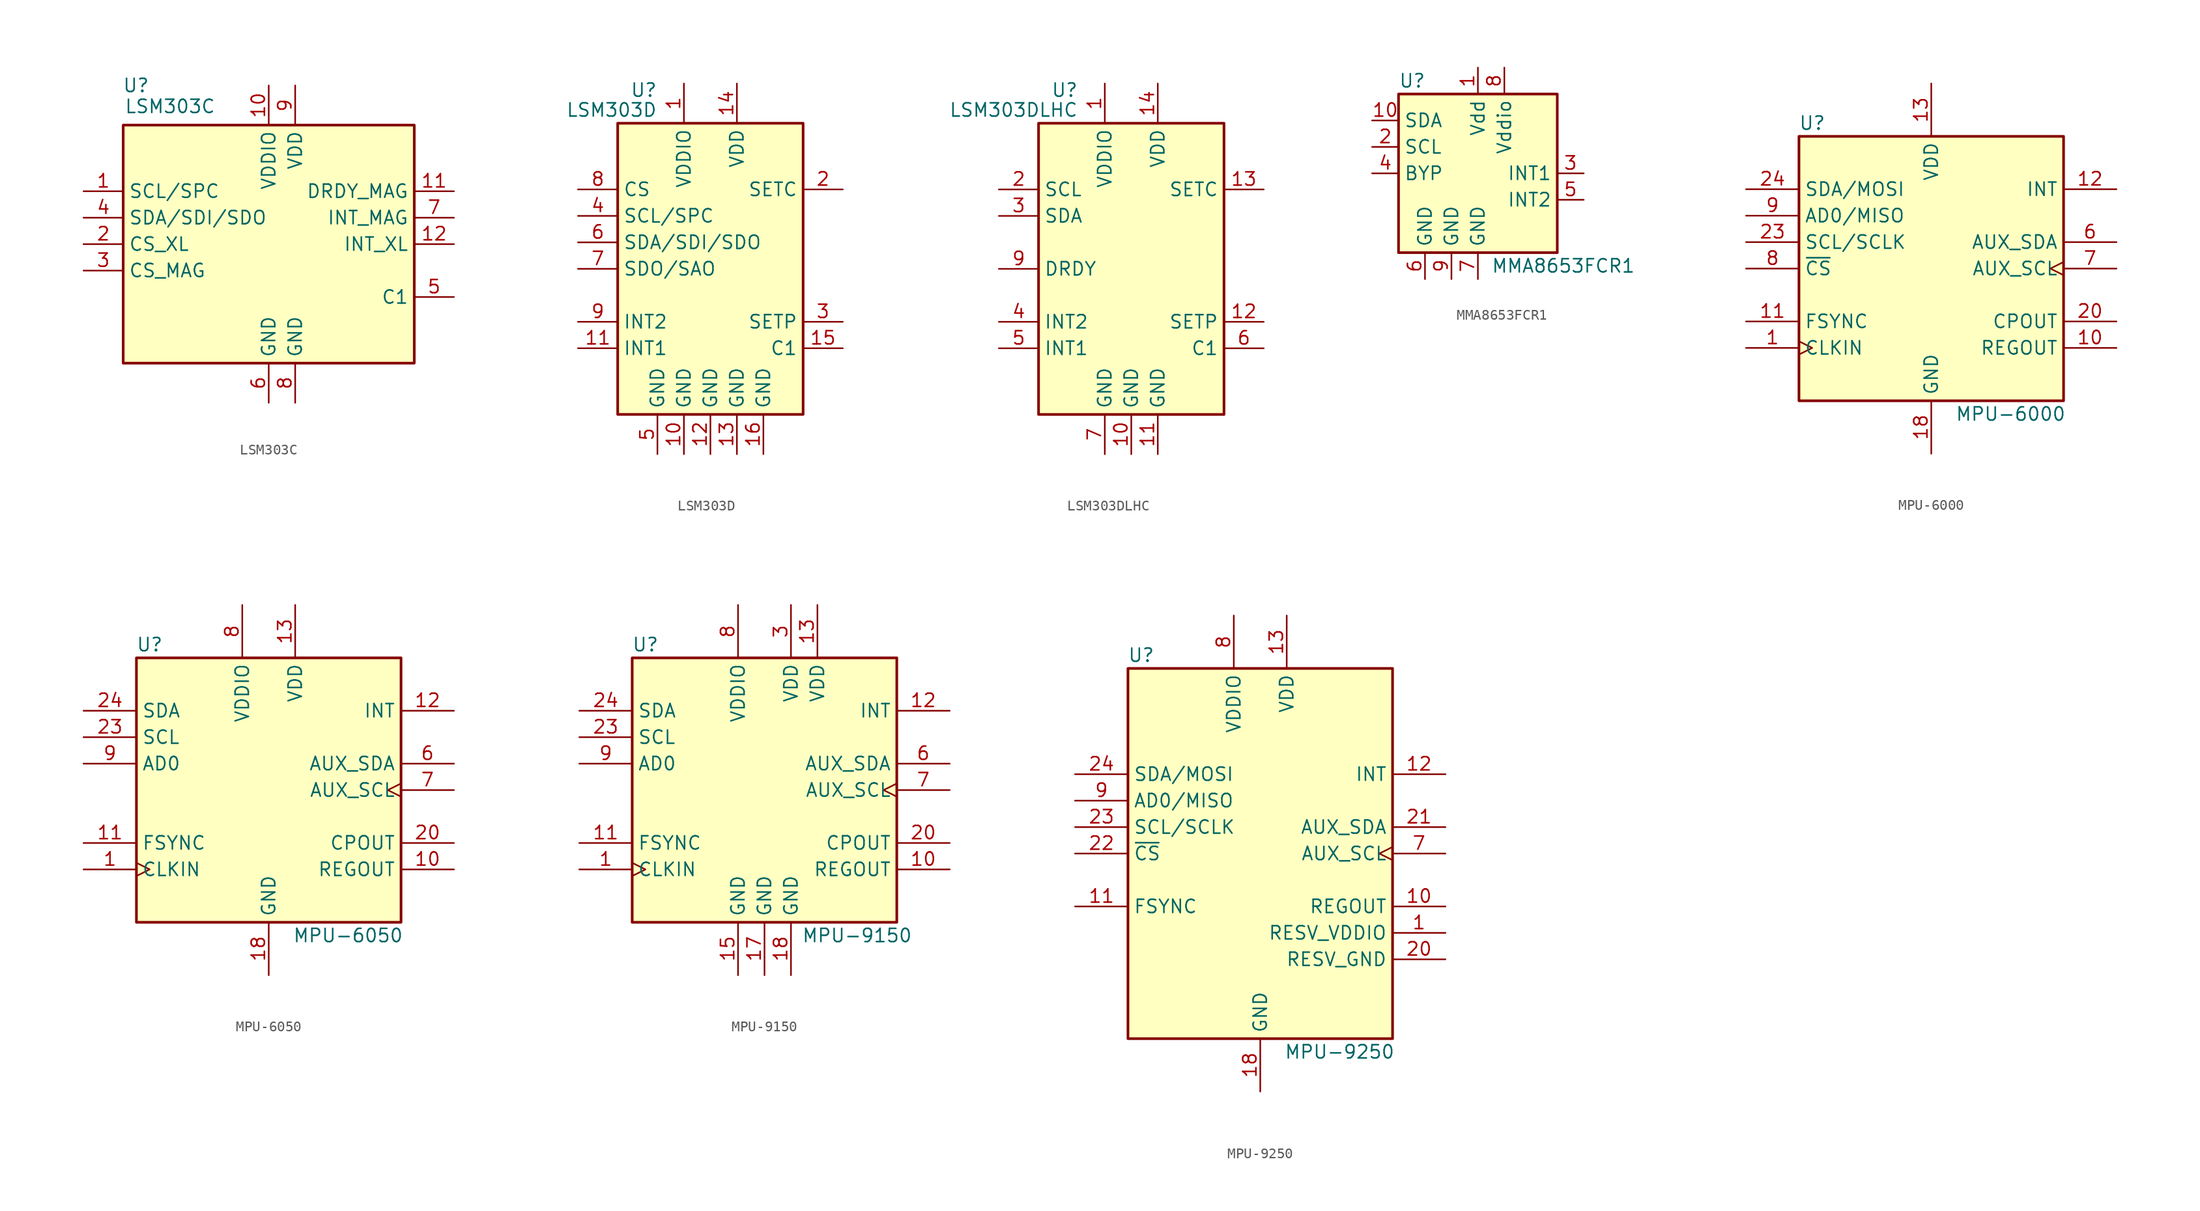
<source format=kicad_sym>
(kicad_symbol_lib
  (version 20201005)
  (generator kicad_symbol_editor)
  (symbol "Sensor_Motion:LSM303C"
    (property "Reference" "U"
      (at -11.43 15.24 0)
      (effects (font (size 1.27 1.27)) (justify right)))
    (property "Value" "LSM303C"
      (at -5.08 13.97 0)
      (effects (font (size 1.27 1.27)) (justify right top)))
    (symbol "LSM303C_0_1"
      (rectangle (start 13.97 11.43) (end -13.97 -11.43) (stroke (width 0.254)) (fill (type background))))
    (symbol "LSM303C_1_1"
      (pin output line (at -17.78 5.08 0) (length 3.81) (name "SCL/SPC" (effects (font (size 1.27 1.27)))) (number "1" (effects (font (size 1.27 1.27)))))
      (pin power_in line (at 0 15.24 270) (length 3.81) (name "VDDIO" (effects (font (size 1.27 1.27)))) (number "10" (effects (font (size 1.27 1.27)))))
      (pin output line (at 17.78 5.08 180) (length 3.81) (name "DRDY_MAG" (effects (font (size 1.27 1.27)))) (number "11" (effects (font (size 1.27 1.27)))))
      (pin output line (at 17.78 0 180) (length 3.81) (name "INT_XL" (effects (font (size 1.27 1.27)))) (number "12" (effects (font (size 1.27 1.27)))))
      (pin input line (at -17.78 0 0) (length 3.81) (name "CS_XL" (effects (font (size 1.27 1.27)))) (number "2" (effects (font (size 1.27 1.27)))))
      (pin input line (at -17.78 -2.54 0) (length 3.81) (name "CS_MAG" (effects (font (size 1.27 1.27)))) (number "3" (effects (font (size 1.27 1.27)))))
      (pin bidirectional line (at -17.78 2.54 0) (length 3.81) (name "SDA/SDI/SDO" (effects (font (size 1.27 1.27)))) (number "4" (effects (font (size 1.27 1.27)))))
      (pin passive line (at 17.78 -5.08 180) (length 3.81) (name "C1" (effects (font (size 1.27 1.27)))) (number "5" (effects (font (size 1.27 1.27)))))
      (pin power_in line (at 0 -15.24 90) (length 3.81) (name "GND" (effects (font (size 1.27 1.27)))) (number "6" (effects (font (size 1.27 1.27)))))
      (pin output line (at 17.78 2.54 180) (length 3.81) (name "INT_MAG" (effects (font (size 1.27 1.27)))) (number "7" (effects (font (size 1.27 1.27)))))
      (pin power_in line (at 2.54 -15.24 90) (length 3.81) (name "GND" (effects (font (size 1.27 1.27)))) (number "8" (effects (font (size 1.27 1.27)))))
      (pin power_in line (at 2.54 15.24 270) (length 3.81) (name "VDD" (effects (font (size 1.27 1.27)))) (number "9" (effects (font (size 1.27 1.27)))))))
  (symbol "Sensor_Motion:LSM303D"
    (property "Reference" "U"
      (at -5.08 17.145 0)
      (effects (font (size 1.27 1.27)) (justify right)))
    (property "Value" "LSM303D"
      (at -5.08 15.24 0)
      (effects (font (size 1.27 1.27)) (justify right)))
    (symbol "LSM303D_0_1"
      (rectangle (start 8.89 13.97) (end -8.89 -13.97) (stroke (width 0.254)) (fill (type background))))
    (symbol "LSM303D_1_1"
      (pin power_in line (at -2.54 17.78 270) (length 3.81) (name "VDDIO" (effects (font (size 1.27 1.27)))) (number "1" (effects (font (size 1.27 1.27)))))
      (pin power_in line (at -2.54 -17.78 90) (length 3.81) (name "GND" (effects (font (size 1.27 1.27)))) (number "10" (effects (font (size 1.27 1.27)))))
      (pin output line (at -12.7 -7.62 0) (length 3.81) (name "INT1" (effects (font (size 1.27 1.27)))) (number "11" (effects (font (size 1.27 1.27)))))
      (pin power_in line (at 0 -17.78 90) (length 3.81) (name "GND" (effects (font (size 1.27 1.27)))) (number "12" (effects (font (size 1.27 1.27)))))
      (pin power_in line (at 2.54 -17.78 90) (length 3.81) (name "GND" (effects (font (size 1.27 1.27)))) (number "13" (effects (font (size 1.27 1.27)))))
      (pin power_in line (at 2.54 17.78 270) (length 3.81) (name "VDD" (effects (font (size 1.27 1.27)))) (number "14" (effects (font (size 1.27 1.27)))))
      (pin passive line (at 12.7 -7.62 180) (length 3.81) (name "C1" (effects (font (size 1.27 1.27)))) (number "15" (effects (font (size 1.27 1.27)))))
      (pin power_in line (at 5.08 -17.78 90) (length 3.81) (name "GND" (effects (font (size 1.27 1.27)))) (number "16" (effects (font (size 1.27 1.27)))))
      (pin passive line (at 12.7 7.62 180) (length 3.81) (name "SETC" (effects (font (size 1.27 1.27)))) (number "2" (effects (font (size 1.27 1.27)))))
      (pin passive line (at 12.7 -5.08 180) (length 3.81) (name "SETP" (effects (font (size 1.27 1.27)))) (number "3" (effects (font (size 1.27 1.27)))))
      (pin input line (at -12.7 5.08 0) (length 3.81) (name "SCL/SPC" (effects (font (size 1.27 1.27)))) (number "4" (effects (font (size 1.27 1.27)))))
      (pin power_in line (at -5.08 -17.78 90) (length 3.81) (name "GND" (effects (font (size 1.27 1.27)))) (number "5" (effects (font (size 1.27 1.27)))))
      (pin bidirectional line (at -12.7 2.54 0) (length 3.81) (name "SDA/SDI/SDO" (effects (font (size 1.27 1.27)))) (number "6" (effects (font (size 1.27 1.27)))))
      (pin output line (at -12.7 0 0) (length 3.81) (name "SDO/SAO" (effects (font (size 1.27 1.27)))) (number "7" (effects (font (size 1.27 1.27)))))
      (pin input line (at -12.7 7.62 0) (length 3.81) (name "CS" (effects (font (size 1.27 1.27)))) (number "8" (effects (font (size 1.27 1.27)))))
      (pin output line (at -12.7 -5.08 0) (length 3.81) (name "INT2" (effects (font (size 1.27 1.27)))) (number "9" (effects (font (size 1.27 1.27)))))))
  (symbol "Sensor_Motion:LSM303DLHC"
    (property "Reference" "U"
      (at -5.08 17.145 0)
      (effects (font (size 1.27 1.27)) (justify right)))
    (property "Value" "LSM303DLHC"
      (at -5.08 15.24 0)
      (effects (font (size 1.27 1.27)) (justify right)))
    (symbol "LSM303DLHC_0_1"
      (rectangle (start 8.89 13.97) (end -8.89 -13.97) (stroke (width 0.254)) (fill (type background))))
    (symbol "LSM303DLHC_1_1"
      (pin power_in line (at -2.54 17.78 270) (length 3.81) (name "VDDIO" (effects (font (size 1.27 1.27)))) (number "1" (effects (font (size 1.27 1.27)))))
      (pin power_in line (at 0 -17.78 90) (length 3.81) (name "GND" (effects (font (size 1.27 1.27)))) (number "10" (effects (font (size 1.27 1.27)))))
      (pin power_in line (at 2.54 -17.78 90) (length 3.81) (name "GND" (effects (font (size 1.27 1.27)))) (number "11" (effects (font (size 1.27 1.27)))))
      (pin passive line (at 12.7 -5.08 180) (length 3.81) (name "SETP" (effects (font (size 1.27 1.27)))) (number "12" (effects (font (size 1.27 1.27)))))
      (pin passive line (at 12.7 7.62 180) (length 3.81) (name "SETC" (effects (font (size 1.27 1.27)))) (number "13" (effects (font (size 1.27 1.27)))))
      (pin power_in line (at 2.54 17.78 270) (length 3.81) (name "VDD" (effects (font (size 1.27 1.27)))) (number "14" (effects (font (size 1.27 1.27)))))
      (pin input line (at -12.7 7.62 0) (length 3.81) (name "SCL" (effects (font (size 1.27 1.27)))) (number "2" (effects (font (size 1.27 1.27)))))
      (pin bidirectional line (at -12.7 5.08 0) (length 3.81) (name "SDA" (effects (font (size 1.27 1.27)))) (number "3" (effects (font (size 1.27 1.27)))))
      (pin output line (at -12.7 -5.08 0) (length 3.81) (name "INT2" (effects (font (size 1.27 1.27)))) (number "4" (effects (font (size 1.27 1.27)))))
      (pin output line (at -12.7 -7.62 0) (length 3.81) (name "INT1" (effects (font (size 1.27 1.27)))) (number "5" (effects (font (size 1.27 1.27)))))
      (pin passive line (at 12.7 -7.62 180) (length 3.81) (name "C1" (effects (font (size 1.27 1.27)))) (number "6" (effects (font (size 1.27 1.27)))))
      (pin power_in line (at -2.54 -17.78 90) (length 3.81) (name "GND" (effects (font (size 1.27 1.27)))) (number "7" (effects (font (size 1.27 1.27)))))
      (pin no_connect line (at 7.62 -2.54 180) (length 3.81) hide (name "NC" (effects (font (size 1.27 1.27)))) (number "8" (effects (font (size 1.27 1.27)))))
      (pin output line (at -12.7 0 0) (length 3.81) (name "DRDY" (effects (font (size 1.27 1.27)))) (number "9" (effects (font (size 1.27 1.27)))))))
  (symbol "Sensor_Motion:MMA8653FCR1"
    (property "Reference" "U"
      (at -7.62 8.89 0)
      (effects (font (size 1.27 1.27)) (justify left)))
    (property "Value" "MMA8653FCR1"
      (at 1.27 -8.89 0)
      (effects (font (size 1.27 1.27)) (justify left)))
    (symbol "MMA8653FCR1_0_1"
      (rectangle (start -7.62 7.62) (end 7.62 -7.62) (stroke (width 0.254)) (fill (type background))))
    (symbol "MMA8653FCR1_1_1"
      (pin power_in line (at 0 10.16 270) (length 2.54) (name "Vdd" (effects (font (size 1.27 1.27)))) (number "1" (effects (font (size 1.27 1.27)))))
      (pin input line (at -10.16 5.08 0) (length 2.54) (name "SDA" (effects (font (size 1.27 1.27)))) (number "10" (effects (font (size 1.27 1.27)))))
      (pin input line (at -10.16 2.54 0) (length 2.54) (name "SCL" (effects (font (size 1.27 1.27)))) (number "2" (effects (font (size 1.27 1.27)))))
      (pin output line (at 10.16 0 180) (length 2.54) (name "INT1" (effects (font (size 1.27 1.27)))) (number "3" (effects (font (size 1.27 1.27)))))
      (pin input line (at -10.16 0 0) (length 2.54) (name "BYP" (effects (font (size 1.27 1.27)))) (number "4" (effects (font (size 1.27 1.27)))))
      (pin output line (at 10.16 -2.54 180) (length 2.54) (name "INT2" (effects (font (size 1.27 1.27)))) (number "5" (effects (font (size 1.27 1.27)))))
      (pin power_in line (at -5.08 -10.16 90) (length 2.54) (name "GND" (effects (font (size 1.27 1.27)))) (number "6" (effects (font (size 1.27 1.27)))))
      (pin power_in line (at 0 -10.16 90) (length 2.54) (name "GND" (effects (font (size 1.27 1.27)))) (number "7" (effects (font (size 1.27 1.27)))))
      (pin power_in line (at 2.54 10.16 270) (length 2.54) (name "Vddio" (effects (font (size 1.27 1.27)))) (number "8" (effects (font (size 1.27 1.27)))))
      (pin power_in line (at -2.54 -10.16 90) (length 2.54) (name "GND" (effects (font (size 1.27 1.27)))) (number "9" (effects (font (size 1.27 1.27)))))))
  (symbol "Sensor_Motion:MPU-6000"
    (property "Reference" "U"
      (at -11.43 13.97 0)
      (effects (font (size 1.27 1.27))))
    (property "Value" "MPU-6000"
      (at 7.62 -13.97 0)
      (effects (font (size 1.27 1.27))))
    (symbol "MPU-6000_0_1"
      (rectangle (start -12.7 12.7) (end 12.7 -12.7) (stroke (width 0.254)) (fill (type background))))
    (symbol "MPU-6000_1_1"
      (pin input clock (at -17.78 -7.62 0) (length 5.08) (name "CLKIN" (effects (font (size 1.27 1.27)))) (number "1" (effects (font (size 1.27 1.27)))))
      (pin passive line (at 17.78 -7.62 180) (length 5.08) (name "REGOUT" (effects (font (size 1.27 1.27)))) (number "10" (effects (font (size 1.27 1.27)))))
      (pin input line (at -17.78 -5.08 0) (length 5.08) (name "FSYNC" (effects (font (size 1.27 1.27)))) (number "11" (effects (font (size 1.27 1.27)))))
      (pin output line (at 17.78 7.62 180) (length 5.08) (name "INT" (effects (font (size 1.27 1.27)))) (number "12" (effects (font (size 1.27 1.27)))))
      (pin power_in line (at 0 17.78 270) (length 5.08) (name "VDD" (effects (font (size 1.27 1.27)))) (number "13" (effects (font (size 1.27 1.27)))))
      (pin power_in line (at 0 -17.78 90) (length 5.08) (name "GND" (effects (font (size 1.27 1.27)))) (number "18" (effects (font (size 1.27 1.27)))))
      (pin passive line (at 17.78 -5.08 180) (length 5.08) (name "CPOUT" (effects (font (size 1.27 1.27)))) (number "20" (effects (font (size 1.27 1.27)))))
      (pin input line (at -17.78 2.54 0) (length 5.08) (name "SCL/SCLK" (effects (font (size 1.27 1.27)))) (number "23" (effects (font (size 1.27 1.27)))))
      (pin bidirectional line (at -17.78 7.62 0) (length 5.08) (name "SDA/MOSI" (effects (font (size 1.27 1.27)))) (number "24" (effects (font (size 1.27 1.27)))))
      (pin bidirectional line (at 17.78 2.54 180) (length 5.08) (name "AUX_SDA" (effects (font (size 1.27 1.27)))) (number "6" (effects (font (size 1.27 1.27)))))
      (pin output clock (at 17.78 0 180) (length 5.08) (name "AUX_SCL" (effects (font (size 1.27 1.27)))) (number "7" (effects (font (size 1.27 1.27)))))
      (pin input line (at -17.78 0 0) (length 5.08) (name "~CS" (effects (font (size 1.27 1.27)))) (number "8" (effects (font (size 1.27 1.27)))))
      (pin bidirectional line (at -17.78 5.08 0) (length 5.08) (name "AD0/MISO" (effects (font (size 1.27 1.27)))) (number "9" (effects (font (size 1.27 1.27)))))))
  (symbol "Sensor_Motion:MPU-6050"
    (property "Reference" "U"
      (at -11.43 13.97 0)
      (effects (font (size 1.27 1.27))))
    (property "Value" "MPU-6050"
      (at 7.62 -13.97 0)
      (effects (font (size 1.27 1.27))))
    (symbol "MPU-6050_0_1"
      (rectangle (start -12.7 12.7) (end 12.7 -12.7) (stroke (width 0.254)) (fill (type background))))
    (symbol "MPU-6050_1_1"
      (pin input clock (at -17.78 -7.62 0) (length 5.08) (name "CLKIN" (effects (font (size 1.27 1.27)))) (number "1" (effects (font (size 1.27 1.27)))))
      (pin passive line (at 17.78 -7.62 180) (length 5.08) (name "REGOUT" (effects (font (size 1.27 1.27)))) (number "10" (effects (font (size 1.27 1.27)))))
      (pin input line (at -17.78 -5.08 0) (length 5.08) (name "FSYNC" (effects (font (size 1.27 1.27)))) (number "11" (effects (font (size 1.27 1.27)))))
      (pin output line (at 17.78 7.62 180) (length 5.08) (name "INT" (effects (font (size 1.27 1.27)))) (number "12" (effects (font (size 1.27 1.27)))))
      (pin power_in line (at 2.54 17.78 270) (length 5.08) (name "VDD" (effects (font (size 1.27 1.27)))) (number "13" (effects (font (size 1.27 1.27)))))
      (pin power_in line (at 0 -17.78 90) (length 5.08) (name "GND" (effects (font (size 1.27 1.27)))) (number "18" (effects (font (size 1.27 1.27)))))
      (pin passive line (at 17.78 -5.08 180) (length 5.08) (name "CPOUT" (effects (font (size 1.27 1.27)))) (number "20" (effects (font (size 1.27 1.27)))))
      (pin input line (at -17.78 5.08 0) (length 5.08) (name "SCL" (effects (font (size 1.27 1.27)))) (number "23" (effects (font (size 1.27 1.27)))))
      (pin bidirectional line (at -17.78 7.62 0) (length 5.08) (name "SDA" (effects (font (size 1.27 1.27)))) (number "24" (effects (font (size 1.27 1.27)))))
      (pin bidirectional line (at 17.78 2.54 180) (length 5.08) (name "AUX_SDA" (effects (font (size 1.27 1.27)))) (number "6" (effects (font (size 1.27 1.27)))))
      (pin output clock (at 17.78 0 180) (length 5.08) (name "AUX_SCL" (effects (font (size 1.27 1.27)))) (number "7" (effects (font (size 1.27 1.27)))))
      (pin power_in line (at -2.54 17.78 270) (length 5.08) (name "VDDIO" (effects (font (size 1.27 1.27)))) (number "8" (effects (font (size 1.27 1.27)))))
      (pin input line (at -17.78 2.54 0) (length 5.08) (name "AD0" (effects (font (size 1.27 1.27)))) (number "9" (effects (font (size 1.27 1.27)))))))
  (symbol "Sensor_Motion:MPU-9150"
    (property "Reference" "U"
      (at -11.43 13.97 0)
      (effects (font (size 1.27 1.27))))
    (property "Value" "MPU-9150"
      (at 8.89 -13.97 0)
      (effects (font (size 1.27 1.27))))
    (symbol "MPU-9150_0_1"
      (rectangle (start -12.7 12.7) (end 12.7 -12.7) (stroke (width 0.254)) (fill (type background))))
    (symbol "MPU-9150_1_1"
      (pin input clock (at -17.78 -7.62 0) (length 5.08) (name "CLKIN" (effects (font (size 1.27 1.27)))) (number "1" (effects (font (size 1.27 1.27)))))
      (pin passive line (at 17.78 -7.62 180) (length 5.08) (name "REGOUT" (effects (font (size 1.27 1.27)))) (number "10" (effects (font (size 1.27 1.27)))))
      (pin input line (at -17.78 -5.08 0) (length 5.08) (name "FSYNC" (effects (font (size 1.27 1.27)))) (number "11" (effects (font (size 1.27 1.27)))))
      (pin output line (at 17.78 7.62 180) (length 5.08) (name "INT" (effects (font (size 1.27 1.27)))) (number "12" (effects (font (size 1.27 1.27)))))
      (pin power_in line (at 5.08 17.78 270) (length 5.08) (name "VDD" (effects (font (size 1.27 1.27)))) (number "13" (effects (font (size 1.27 1.27)))))
      (pin power_in line (at -2.54 -17.78 90) (length 5.08) (name "GND" (effects (font (size 1.27 1.27)))) (number "15" (effects (font (size 1.27 1.27)))))
      (pin power_in line (at 0 -17.78 90) (length 5.08) (name "GND" (effects (font (size 1.27 1.27)))) (number "17" (effects (font (size 1.27 1.27)))))
      (pin power_in line (at 2.54 -17.78 90) (length 5.08) (name "GND" (effects (font (size 1.27 1.27)))) (number "18" (effects (font (size 1.27 1.27)))))
      (pin passive line (at 17.78 -5.08 180) (length 5.08) (name "CPOUT" (effects (font (size 1.27 1.27)))) (number "20" (effects (font (size 1.27 1.27)))))
      (pin input line (at -17.78 5.08 0) (length 5.08) (name "SCL" (effects (font (size 1.27 1.27)))) (number "23" (effects (font (size 1.27 1.27)))))
      (pin bidirectional line (at -17.78 7.62 0) (length 5.08) (name "SDA" (effects (font (size 1.27 1.27)))) (number "24" (effects (font (size 1.27 1.27)))))
      (pin power_in line (at 2.54 17.78 270) (length 5.08) (name "VDD" (effects (font (size 1.27 1.27)))) (number "3" (effects (font (size 1.27 1.27)))))
      (pin bidirectional line (at 17.78 2.54 180) (length 5.08) (name "AUX_SDA" (effects (font (size 1.27 1.27)))) (number "6" (effects (font (size 1.27 1.27)))))
      (pin output clock (at 17.78 0 180) (length 5.08) (name "AUX_SCL" (effects (font (size 1.27 1.27)))) (number "7" (effects (font (size 1.27 1.27)))))
      (pin power_in line (at -2.54 17.78 270) (length 5.08) (name "VDDIO" (effects (font (size 1.27 1.27)))) (number "8" (effects (font (size 1.27 1.27)))))
      (pin input line (at -17.78 2.54 0) (length 5.08) (name "AD0" (effects (font (size 1.27 1.27)))) (number "9" (effects (font (size 1.27 1.27)))))))
  (symbol "Sensor_Motion:MPU-9250"
    (property "Reference" "U"
      (at -11.43 19.05 0)
      (effects (font (size 1.27 1.27))))
    (property "Value" "MPU-9250"
      (at 7.62 -19.05 0)
      (effects (font (size 1.27 1.27))))
    (symbol "MPU-9250_0_1"
      (rectangle (start -12.7 17.78) (end 12.7 -17.78) (stroke (width 0.254)) (fill (type background))))
    (symbol "MPU-9250_1_1"
      (pin input line (at 17.78 -7.62 180) (length 5.08) (name "RESV_VDDIO" (effects (font (size 1.27 1.27)))) (number "1" (effects (font (size 1.27 1.27)))))
      (pin passive line (at 17.78 -5.08 180) (length 5.08) (name "REGOUT" (effects (font (size 1.27 1.27)))) (number "10" (effects (font (size 1.27 1.27)))))
      (pin input line (at -17.78 -5.08 0) (length 5.08) (name "FSYNC" (effects (font (size 1.27 1.27)))) (number "11" (effects (font (size 1.27 1.27)))))
      (pin output line (at 17.78 7.62 180) (length 5.08) (name "INT" (effects (font (size 1.27 1.27)))) (number "12" (effects (font (size 1.27 1.27)))))
      (pin power_in line (at 2.54 22.86 270) (length 5.08) (name "VDD" (effects (font (size 1.27 1.27)))) (number "13" (effects (font (size 1.27 1.27)))))
      (pin power_in line (at 0 -22.86 90) (length 5.08) (name "GND" (effects (font (size 1.27 1.27)))) (number "18" (effects (font (size 1.27 1.27)))))
      (pin power_in line (at 17.78 -10.16 180) (length 5.08) (name "RESV_GND" (effects (font (size 1.27 1.27)))) (number "20" (effects (font (size 1.27 1.27)))))
      (pin bidirectional line (at 17.78 2.54 180) (length 5.08) (name "AUX_SDA" (effects (font (size 1.27 1.27)))) (number "21" (effects (font (size 1.27 1.27)))))
      (pin input line (at -17.78 0 0) (length 5.08) (name "~CS" (effects (font (size 1.27 1.27)))) (number "22" (effects (font (size 1.27 1.27)))))
      (pin input line (at -17.78 2.54 0) (length 5.08) (name "SCL/SCLK" (effects (font (size 1.27 1.27)))) (number "23" (effects (font (size 1.27 1.27)))))
      (pin bidirectional line (at -17.78 7.62 0) (length 5.08) (name "SDA/MOSI" (effects (font (size 1.27 1.27)))) (number "24" (effects (font (size 1.27 1.27)))))
      (pin output clock (at 17.78 0 180) (length 5.08) (name "AUX_SCL" (effects (font (size 1.27 1.27)))) (number "7" (effects (font (size 1.27 1.27)))))
      (pin power_in line (at -2.54 22.86 270) (length 5.08) (name "VDDIO" (effects (font (size 1.27 1.27)))) (number "8" (effects (font (size 1.27 1.27)))))
      (pin bidirectional line (at -17.78 5.08 0) (length 5.08) (name "AD0/MISO" (effects (font (size 1.27 1.27)))) (number "9" (effects (font (size 1.27 1.27))))))))
</source>
